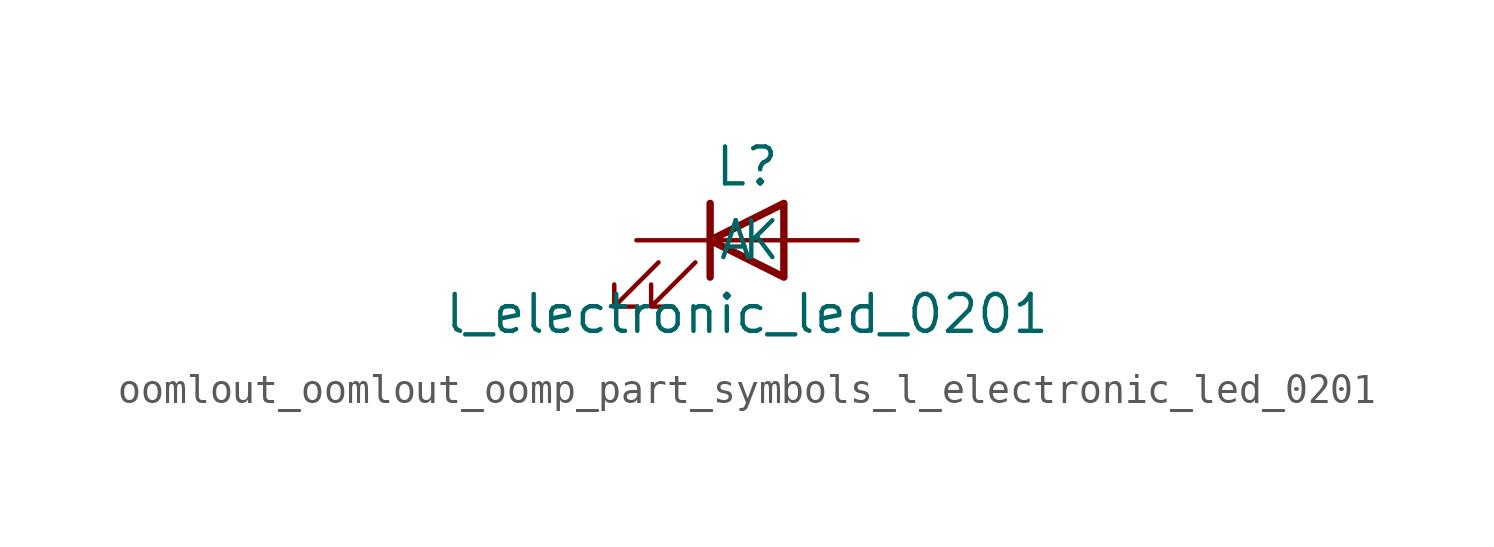
<source format=kicad_sym>
(kicad_symbol_lib
  (version 20220914)
  (generator kicad_symbol_editor)
  (symbol "oomlout_oomlout_oomp_part_symbols_l_electronic_led_0201"
    (pin_numbers hide)
    (pin_names
      (offset 1.016))
    (property "Reference" "L"
      (at 0 2.54 0)
      (effects (font (size 1.27 1.27))))
    (property "Value" "l_electronic_led_0201"
      (at 0 -2.54 0)
      (effects (font (size 1.27 1.27))))
    (symbol "oomlout_oomlout_oomp_part_symbols_l_electronic_led_0201_0_1"
      (polyline (pts (xy -1.27 -1.27) (xy -1.27 1.27)) (stroke (width 0.254) (type default)) (fill (type none)))
      (polyline (pts (xy -1.27 0) (xy 1.27 0)) (stroke (width 0) (type default)) (fill (type none)))
      (polyline (pts (xy 1.27 -1.27) (xy 1.27 1.27) (xy -1.27 0) (xy 1.27 -1.27)) (stroke (width 0.254) (type default)) (fill (type none)))
      (polyline (pts (xy -3.048 -0.762) (xy -4.572 -2.286) (xy -3.81 -2.286) (xy -4.572 -2.286) (xy -4.572 -1.524)) (stroke (width 0) (type default)) (fill (type none)))
      (polyline (pts (xy -1.778 -0.762) (xy -3.302 -2.286) (xy -2.54 -2.286) (xy -3.302 -2.286) (xy -3.302 -1.524)) (stroke (width 0) (type default)) (fill (type none))))
    (symbol "oomlout_oomlout_oomp_part_symbols_l_electronic_led_0201_1_1"
      (pin passive line (at -3.81 0 0) (length 2.54) (name "K" (effects (font (size 1.27 1.27)))) (number "1" (effects (font (size 1.27 1.27)))))
      (pin passive line (at 3.81 0 180) (length 2.54) (name "A" (effects (font (size 1.27 1.27)))) (number "2" (effects (font (size 1.27 1.27))))))))
</source>
